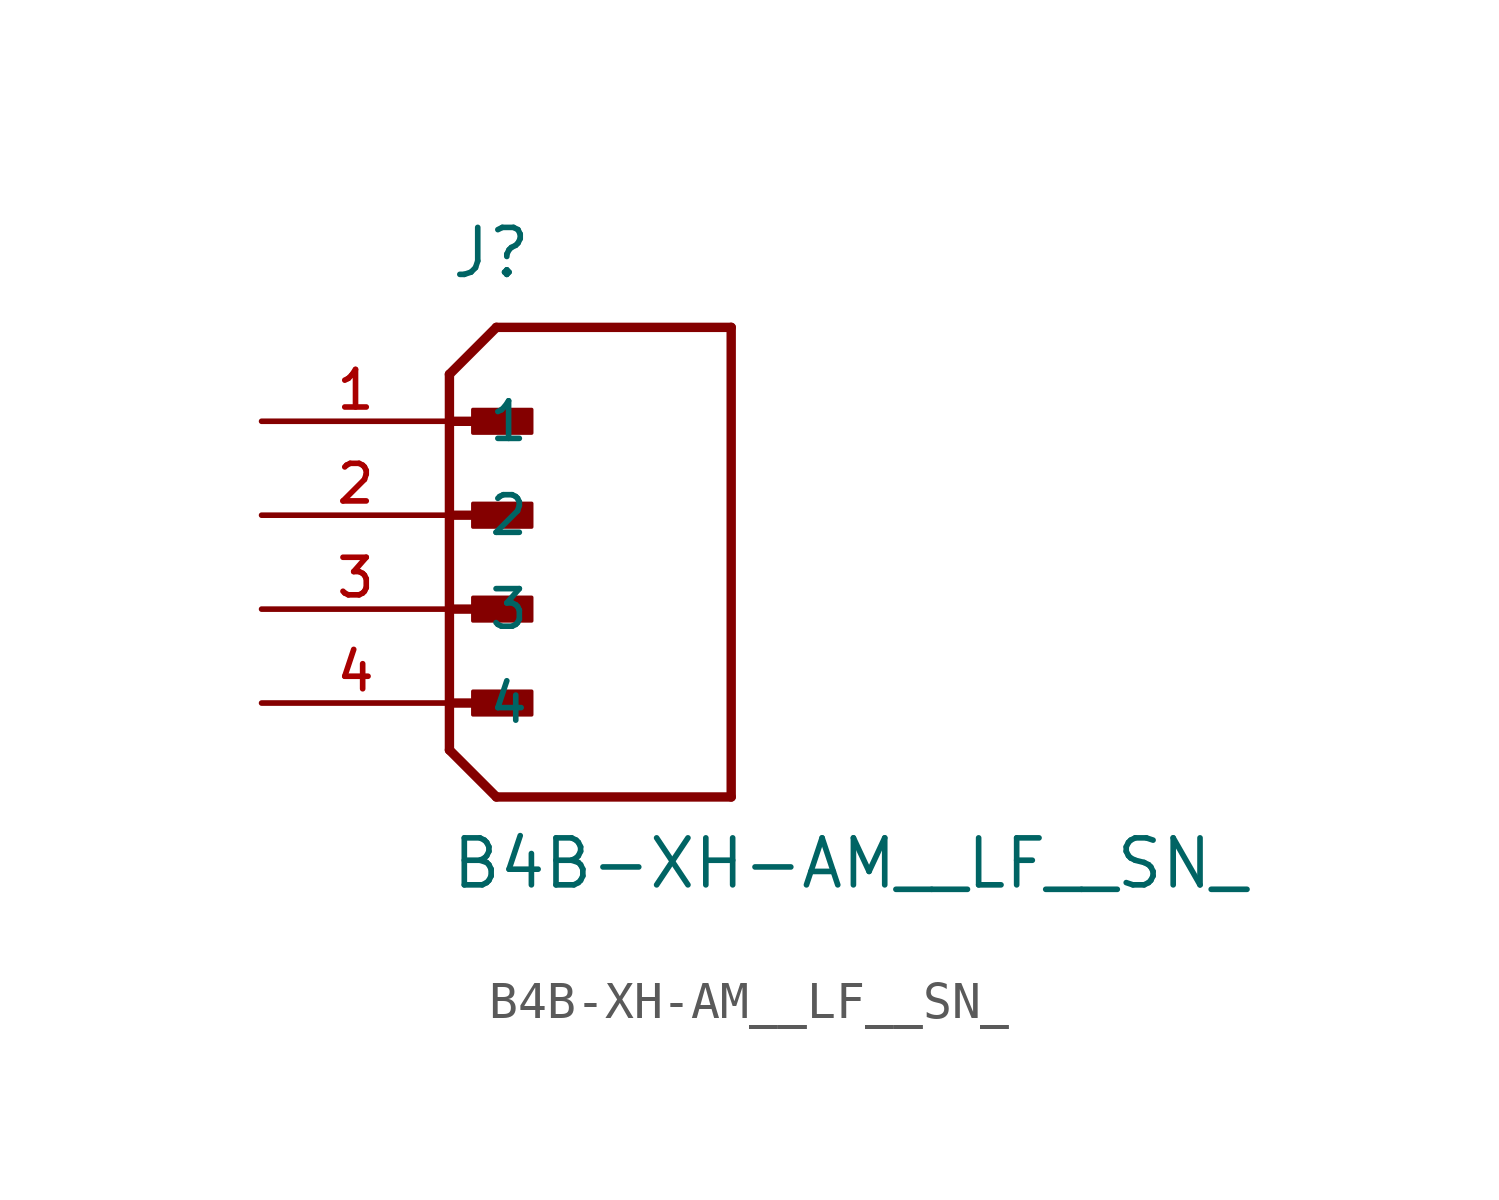
<source format=kicad_sym>
(kicad_symbol_lib
  (version 20211014)
  (generator kicad_symbol_editor)
  (symbol "B4B-XH-AM__LF__SN_"
    (pin_names
      (offset 1.016))
    (property "Reference" "J"
      (at 0.0 6.35 0)
      (effects (font (size 1.27 1.27)) (justify bottom left)))
    (property "Value" "B4B-XH-AM__LF__SN_"
      (at 0.0 -10.16 0)
      (effects (font (size 1.27 1.27)) (justify bottom left)))
    (symbol "B4B-XH-AM__LF__SN__0_0"
      (polyline (pts (xy 0.0 3.81) (xy 1.27 5.08)) (stroke (width 0.254)))
      (polyline (pts (xy 0.0 3.81) (xy 0.0 2.54)) (stroke (width 0.254)))
      (polyline (pts (xy 0.0 2.54) (xy 0.0 -6.35)) (stroke (width 0.254)))
      (polyline (pts (xy 0.0 -6.35) (xy 1.27 -7.62)) (stroke (width 0.254)))
      (polyline (pts (xy 1.27 -7.62) (xy 7.62 -7.62)) (stroke (width 0.254)))
      (polyline (pts (xy 7.62 -7.62) (xy 7.62 5.08)) (stroke (width 0.254)))
      (polyline (pts (xy 7.62 5.08) (xy 1.27 5.08)) (stroke (width 0.254)))
      (polyline (pts (xy 0.0 2.54) (xy 1.905 2.54)) (stroke (width 0.254)))
      (rectangle (start 0.635 2.223) (end 2.223 2.857) (stroke (width 0.1)) (fill (type outline)))
      (polyline (pts (xy 0.0 0.0) (xy 1.905 0.0)) (stroke (width 0.254)))
      (rectangle (start 0.635 -0.318) (end 2.223 0.318) (stroke (width 0.1)) (fill (type outline)))
      (polyline (pts (xy 0.0 -2.54) (xy 1.905 -2.54)) (stroke (width 0.254)))
      (rectangle (start 0.635 -2.857) (end 2.223 -2.223) (stroke (width 0.1)) (fill (type outline)))
      (polyline (pts (xy 0.0 -5.08) (xy 1.905 -5.08)) (stroke (width 0.254)))
      (rectangle (start 0.635 -5.397) (end 2.223 -4.763) (stroke (width 0.1)) (fill (type outline)))
      (pin passive line (at -5.08 2.54 0) (length 5.08) (name "1" (effects (font (size 1.016 1.016)))) (number "1" (effects (font (size 1.016 1.016)))))
      (pin passive line (at -5.08 0.0 0) (length 5.08) (name "2" (effects (font (size 1.016 1.016)))) (number "2" (effects (font (size 1.016 1.016)))))
      (pin passive line (at -5.08 -2.54 0) (length 5.08) (name "3" (effects (font (size 1.016 1.016)))) (number "3" (effects (font (size 1.016 1.016)))))
      (pin passive line (at -5.08 -5.08 0) (length 5.08) (name "4" (effects (font (size 1.016 1.016)))) (number "4" (effects (font (size 1.016 1.016))))))))
</source>
